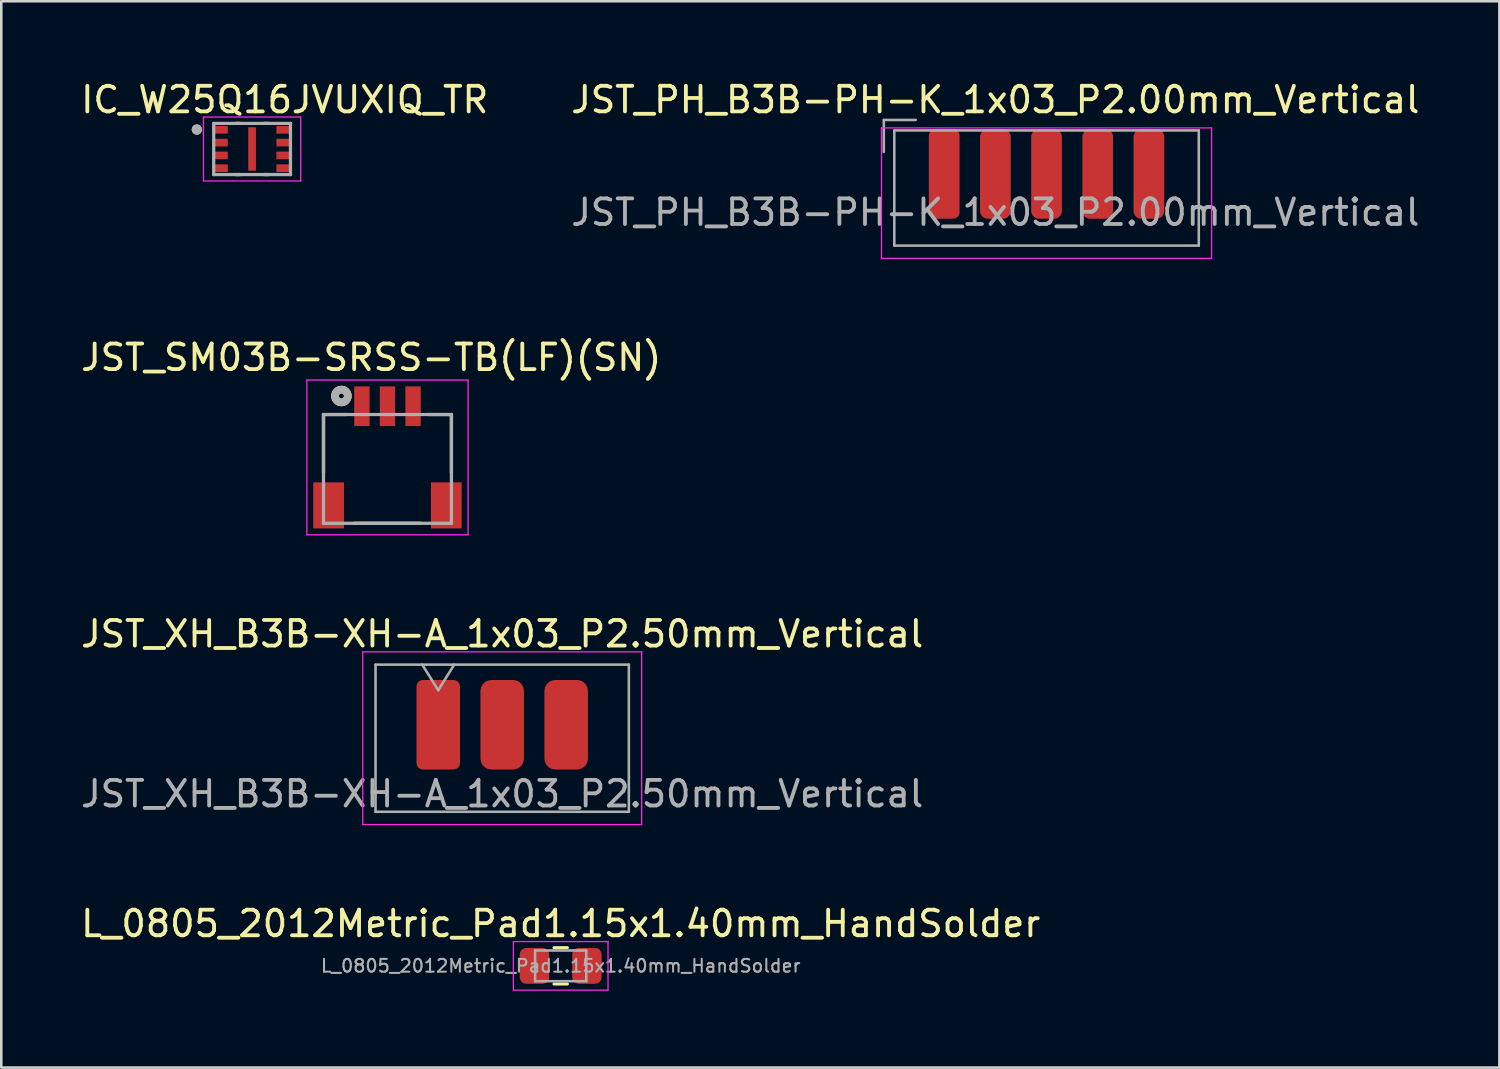
<source format=kicad_pcb>
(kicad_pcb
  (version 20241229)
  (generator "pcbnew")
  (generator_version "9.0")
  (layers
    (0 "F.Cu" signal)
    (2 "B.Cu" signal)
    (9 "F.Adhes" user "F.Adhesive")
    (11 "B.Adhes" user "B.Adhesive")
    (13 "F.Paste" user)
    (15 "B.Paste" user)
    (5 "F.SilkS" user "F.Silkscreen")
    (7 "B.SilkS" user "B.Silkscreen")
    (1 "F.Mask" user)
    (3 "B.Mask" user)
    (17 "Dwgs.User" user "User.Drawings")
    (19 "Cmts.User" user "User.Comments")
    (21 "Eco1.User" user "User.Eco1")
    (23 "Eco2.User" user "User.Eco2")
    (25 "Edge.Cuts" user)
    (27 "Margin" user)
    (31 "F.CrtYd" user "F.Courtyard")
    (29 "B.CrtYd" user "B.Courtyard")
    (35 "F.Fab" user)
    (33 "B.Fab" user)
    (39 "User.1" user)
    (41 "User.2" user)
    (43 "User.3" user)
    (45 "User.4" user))
  (footprint "JST_XH_B3B-XH-A_1x03_P2.50mm_Vertical"
    (layer "F.Cu")
    (at 14.077 25.275)
    (property "Reference" "JST_XH_B3B-XH-A_1x03_P2.50mm_Vertical" (at 2.5 -3.55 0) (layer "F.SilkS") (effects (font (size 1 1) (thickness 0.15))))
    (attr through_hole)
    (fp_line (start -2.95 -2.85) (end -2.95 3.9) (stroke (width 0.05) (type solid)) (layer "F.CrtYd"))
    (fp_line (start -2.95 3.9) (end 7.95 3.9) (stroke (width 0.05) (type solid)) (layer "F.CrtYd"))
    (fp_line (start 7.95 -2.85) (end -2.95 -2.85) (stroke (width 0.05) (type solid)) (layer "F.CrtYd"))
    (fp_line (start 7.95 3.9) (end 7.95 -2.85) (stroke (width 0.05) (type solid)) (layer "F.CrtYd"))
    (fp_line (start -2.45 -2.35) (end -2.45 3.4) (stroke (width 0.1) (type solid)) (layer "F.Fab"))
    (fp_line (start -2.45 3.4) (end 7.45 3.4) (stroke (width 0.1) (type solid)) (layer "F.Fab"))
    (fp_line (start -0.625 -2.35) (end 0 -1.35) (stroke (width 0.1) (type solid)) (layer "F.Fab"))
    (fp_line (start 0 -1.35) (end 0.625 -2.35) (stroke (width 0.1) (type solid)) (layer "F.Fab"))
    (fp_line (start 7.45 -2.35) (end -2.45 -2.35) (stroke (width 0.1) (type solid)) (layer "F.Fab"))
    (fp_line (start 7.45 3.4) (end 7.45 -2.35) (stroke (width 0.1) (type solid)) (layer "F.Fab"))
    (fp_text user "${REFERENCE}" (at 2.5 2.7 0) (layer "F.Fab") (effects (font (size 1 1) (thickness 0.15))))
    (pad "1" smd roundrect (at 0 0) (size 1.7 3.5) (layers "F.Cu" "F.Mask" "F.Paste") (roundrect_rratio 0.147))
    (pad "2" smd roundrect (at 2.5 0) (size 1.7 3.5) (layers "F.Cu" "F.Mask" "F.Paste") (roundrect_rratio 0.25))
    (pad "3" smd roundrect (at 5 0) (size 1.7 3.5) (layers "F.Cu" "F.Mask" "F.Paste") (roundrect_rratio 0.25)))
  (footprint "IC_W25Q16JVUXIQ_TR"
    (layer "F.Cu")
    (at 6.802 2.773)
    (property "Reference" "IC_W25Q16JVUXIQ_TR" (at 1.275 -1.925 0) (layer "F.SilkS") (effects (font (size 1 1) (thickness 0.15))))
    (attr smd)
    (fp_line (start -0.63 -1) (end -0.47 -1) (stroke (width 0.127) (type solid)) (layer "F.SilkS"))
    (fp_line (start -0.63 1) (end -0.47 1) (stroke (width 0.127) (type solid)) (layer "F.SilkS"))
    (fp_line (start 0.63 -1) (end 0.47 -1) (stroke (width 0.127) (type solid)) (layer "F.SilkS"))
    (fp_line (start 0.63 1) (end 0.47 1) (stroke (width 0.127) (type solid)) (layer "F.SilkS"))
    (fp_circle (center -2.16 -0.76) (end -2.06 -0.76) (stroke (width 0.2) (type solid)) (fill no) (layer "F.SilkS"))
    (fp_poly (pts (xy -0.1 -0.6) (xy 0.1 -0.6) (xy 0.1 -0.1) (xy -0.1 -0.1)) (stroke (width 0.01) (type solid)) (fill yes) (layer "F.Paste"))
    (fp_poly (pts (xy -0.1 0.1) (xy 0.1 0.1) (xy 0.1 0.6) (xy -0.1 0.6)) (stroke (width 0.01) (type solid)) (fill yes) (layer "F.Paste"))
    (fp_line (start -1.9 -1.25) (end -1.9 1.25) (stroke (width 0.05) (type solid)) (layer "F.CrtYd"))
    (fp_line (start -1.9 1.25) (end 1.9 1.25) (stroke (width 0.05) (type solid)) (layer "F.CrtYd"))
    (fp_line (start 1.9 -1.25) (end -1.9 -1.25) (stroke (width 0.05) (type solid)) (layer "F.CrtYd"))
    (fp_line (start 1.9 1.25) (end 1.9 -1.25) (stroke (width 0.05) (type solid)) (layer "F.CrtYd"))
    (fp_line (start -1.5 -1) (end 1.5 -1) (stroke (width 0.127) (type solid)) (layer "F.Fab"))
    (fp_line (start -1.5 1) (end -1.5 -1) (stroke (width 0.127) (type solid)) (layer "F.Fab"))
    (fp_line (start 1.5 -1) (end 1.5 1) (stroke (width 0.127) (type solid)) (layer "F.Fab"))
    (fp_line (start 1.5 1) (end -1.5 1) (stroke (width 0.127) (type solid)) (layer "F.Fab"))
    (fp_circle (center -2.16 -0.76) (end -2.06 -0.76) (stroke (width 0.2) (type solid)) (fill no) (layer "F.Fab"))
    (pad "1" smd rect (at -1.25 -0.75) (size 0.6 0.3) (layers "F.Cu" "F.Mask" "F.Paste"))
    (pad "2" smd rect (at -1.25 -0.25) (size 0.6 0.3) (layers "F.Cu" "F.Mask" "F.Paste"))
    (pad "3" smd rect (at -1.25 0.25) (size 0.6 0.3) (layers "F.Cu" "F.Mask" "F.Paste"))
    (pad "4" smd rect (at -1.25 0.75) (size 0.6 0.3) (layers "F.Cu" "F.Mask" "F.Paste"))
    (pad "5" smd rect (at 1.25 0.75) (size 0.6 0.3) (layers "F.Cu" "F.Mask" "F.Paste"))
    (pad "6" smd rect (at 1.25 0.25) (size 0.6 0.3) (layers "F.Cu" "F.Mask" "F.Paste"))
    (pad "7" smd rect (at 1.25 -0.25) (size 0.6 0.3) (layers "F.Cu" "F.Mask" "F.Paste"))
    (pad "8" smd rect (at 1.25 -0.75) (size 0.6 0.3) (layers "F.Cu" "F.Mask" "F.Paste"))
    (pad "9" smd rect (at 0 0) (size 0.3 1.7) (layers "F.Cu" "F.Mask")))
  (footprint "L_0805_2012Metric_Pad1.15x1.40mm_HandSolder"
    (layer "F.Cu")
    (at 18.863 34.698)
    (property "Reference" "L_0805_2012Metric_Pad1.15x1.40mm_HandSolder" (at 0 -1.65 0) (layer "F.SilkS") (effects (font (size 1 1) (thickness 0.15))))
    (attr smd)
    (fp_line (start -0.261 -0.71) (end 0.261 -0.71) (stroke (width 0.12) (type solid)) (layer "F.SilkS"))
    (fp_line (start -0.261 0.71) (end 0.261 0.71) (stroke (width 0.12) (type solid)) (layer "F.SilkS"))
    (fp_line (start -1.85 -0.95) (end 1.85 -0.95) (stroke (width 0.05) (type solid)) (layer "F.CrtYd"))
    (fp_line (start -1.85 0.95) (end -1.85 -0.95) (stroke (width 0.05) (type solid)) (layer "F.CrtYd"))
    (fp_line (start 1.85 -0.95) (end 1.85 0.95) (stroke (width 0.05) (type solid)) (layer "F.CrtYd"))
    (fp_line (start 1.85 0.95) (end -1.85 0.95) (stroke (width 0.05) (type solid)) (layer "F.CrtYd"))
    (fp_line (start -1 -0.6) (end 1 -0.6) (stroke (width 0.1) (type solid)) (layer "F.Fab"))
    (fp_line (start -1 0.6) (end -1 -0.6) (stroke (width 0.1) (type solid)) (layer "F.Fab"))
    (fp_line (start 1 -0.6) (end 1 0.6) (stroke (width 0.1) (type solid)) (layer "F.Fab"))
    (fp_line (start 1 0.6) (end -1 0.6) (stroke (width 0.1) (type solid)) (layer "F.Fab"))
    (fp_text user "${REFERENCE}" (at 0 0 0) (layer "F.Fab") (effects (font (size 0.5 0.5) (thickness 0.08))))
    (pad "1" smd roundrect (at -1.025 0) (size 1.15 1.4) (layers "F.Cu" "F.Mask" "F.Paste") (roundrect_rratio 0.217))
    (pad "2" smd roundrect (at 1.025 0) (size 1.15 1.4) (layers "F.Cu" "F.Mask" "F.Paste") (roundrect_rratio 0.217)))
  (footprint "JST_PH_B3B-PH-K_1x03_P2.00mm_Vertical"
    (layer "F.Cu")
    (at 33.851 3.748)
    (property "Reference" "JST_PH_B3B-PH-K_1x03_P2.00mm_Vertical" (at 2 -2.9 0) (layer "F.SilkS") (effects (font (size 1 1) (thickness 0.15))))
    (attr through_hole)
    (fp_line (start -2.45 -1.8) (end -2.45 3.3) (stroke (width 0.05) (type solid)) (layer "F.CrtYd"))
    (fp_line (start -2.45 3.3) (end 10.45 3.3) (stroke (width 0.05) (type solid)) (layer "F.CrtYd"))
    (fp_line (start 10.45 -1.8) (end -2.45 -1.8) (stroke (width 0.05) (type solid)) (layer "F.CrtYd"))
    (fp_line (start 10.45 3.3) (end 10.45 -1.8) (stroke (width 0.05) (type solid)) (layer "F.CrtYd"))
    (fp_line (start -2.36 -2.11) (end -2.36 -0.86) (stroke (width 0.1) (type solid)) (layer "F.Fab"))
    (fp_line (start -1.95 -1.7) (end -1.95 2.8) (stroke (width 0.1) (type solid)) (layer "F.Fab"))
    (fp_line (start -1.95 2.8) (end 9.95 2.8) (stroke (width 0.1) (type solid)) (layer "F.Fab"))
    (fp_line (start -1.11 -2.11) (end -2.36 -2.11) (stroke (width 0.1) (type solid)) (layer "F.Fab"))
    (fp_line (start 9.95 -1.7) (end -1.95 -1.7) (stroke (width 0.1) (type solid)) (layer "F.Fab"))
    (fp_line (start 9.95 2.8) (end 9.95 -1.7) (stroke (width 0.1) (type solid)) (layer "F.Fab"))
    (fp_text user "${REFERENCE}" (at 2 1.5 0) (layer "F.Fab") (effects (font (size 1 1) (thickness 0.15))))
    (pad "1" smd roundrect (at 0 0) (size 1.2 3.5) (layers "F.Cu" "F.Mask" "F.Paste") (roundrect_rratio 0.208))
    (pad "2" smd roundrect (at 2 0) (size 1.2 3.5) (layers "F.Cu" "F.Mask" "F.Paste") (roundrect_rratio 0.25))
    (pad "3" smd roundrect (at 4 0) (size 1.2 3.5) (layers "F.Cu" "F.Mask" "F.Paste") (roundrect_rratio 0.25))
    (pad "4" smd roundrect (at 6 0) (size 1.2 3.5) (layers "F.Cu" "F.Mask" "F.Paste") (roundrect_rratio 0.25))
    (pad "5" smd roundrect (at 8 0) (size 1.2 3.5) (layers "F.Cu" "F.Mask" "F.Paste") (roundrect_rratio 0.25)))
  (footprint "JST_SM03B-SRSS-TB(LF)(SN)"
    (layer "F.Cu")
    (at 12.093 12.826)
    (property "Reference" "JST_SM03B-SRSS-TB(LF)(SN)" (at -0.635 -1.905 0) (layer "F.SilkS") (effects (font (size 1 1) (thickness 0.15))))
    (attr smd)
    (fp_line (start -2.5 0.325) (end -2.5 2.6) (stroke (width 0.127) (type solid)) (layer "F.SilkS"))
    (fp_line (start -1.615 0.325) (end -2.5 0.325) (stroke (width 0.127) (type solid)) (layer "F.SilkS"))
    (fp_line (start -1.3 4.575) (end 1.3 4.575) (stroke (width 0.127) (type solid)) (layer "F.SilkS"))
    (fp_line (start 2.5 0.325) (end 1.615 0.325) (stroke (width 0.127) (type solid)) (layer "F.SilkS"))
    (fp_line (start 2.5 2.6) (end 2.5 0.325) (stroke (width 0.127) (type solid)) (layer "F.SilkS"))
    (fp_circle (center -1.8 -0.4) (end -1.7 -0.4) (stroke (width 0.3) (type solid)) (fill no) (layer "F.SilkS"))
    (fp_line (start -3.15 -1.025) (end 3.15 -1.025) (stroke (width 0.05) (type solid)) (layer "F.CrtYd"))
    (fp_line (start -3.15 5.025) (end -3.15 -1.025) (stroke (width 0.05) (type solid)) (layer "F.CrtYd"))
    (fp_line (start 3.15 -1.025) (end 3.15 5.025) (stroke (width 0.05) (type solid)) (layer "F.CrtYd"))
    (fp_line (start 3.15 5.025) (end -3.15 5.025) (stroke (width 0.05) (type solid)) (layer "F.CrtYd"))
    (fp_line (start -2.5 0.325) (end 2.5 0.325) (stroke (width 0.127) (type solid)) (layer "F.Fab"))
    (fp_line (start -2.5 4.575) (end -2.5 0.325) (stroke (width 0.127) (type solid)) (layer "F.Fab"))
    (fp_line (start 2.5 0.325) (end 2.5 4.575) (stroke (width 0.127) (type solid)) (layer "F.Fab"))
    (fp_line (start 2.5 4.575) (end -2.5 4.575) (stroke (width 0.127) (type solid)) (layer "F.Fab"))
    (fp_circle (center -1.8 -0.4) (end -1.7 -0.4) (stroke (width 0.3) (type solid)) (fill no) (layer "F.Fab"))
    (pad "1" smd rect (at -1 0 90) (size 1.55 0.6) (layers "F.Cu" "F.Mask" "F.Paste"))
    (pad "2" smd rect (at 0 0 90) (size 1.55 0.6) (layers "F.Cu" "F.Mask" "F.Paste"))
    (pad "3" smd rect (at 1 0 90) (size 1.55 0.6) (layers "F.Cu" "F.Mask" "F.Paste"))
    (pad "S1" smd rect (at -2.3 3.875 180) (size 1.2 1.8) (layers "F.Cu" "F.Mask" "F.Paste"))
    (pad "S2" smd rect (at 2.3 3.875 180) (size 1.2 1.8) (layers "F.Cu" "F.Mask" "F.Paste")))
  (gr_rect
    (start -3 -3)
    (end 55.548 38.673)
    (stroke (width 0.1) (type default))
    (fill no)
    (layer "Edge.Cuts")))
</source>
